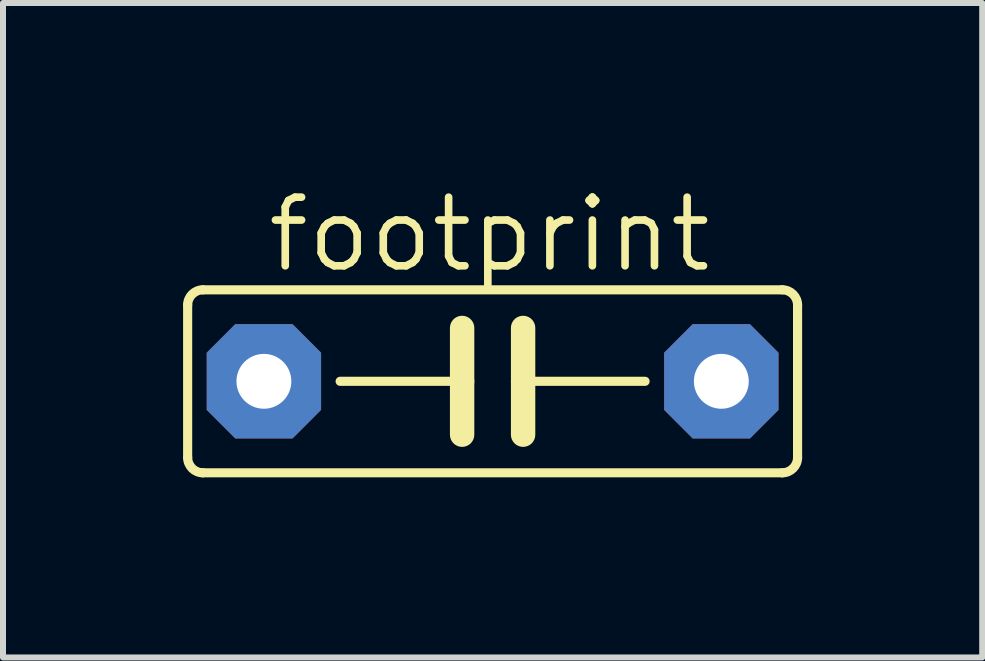
<source format=kicad_pcb>
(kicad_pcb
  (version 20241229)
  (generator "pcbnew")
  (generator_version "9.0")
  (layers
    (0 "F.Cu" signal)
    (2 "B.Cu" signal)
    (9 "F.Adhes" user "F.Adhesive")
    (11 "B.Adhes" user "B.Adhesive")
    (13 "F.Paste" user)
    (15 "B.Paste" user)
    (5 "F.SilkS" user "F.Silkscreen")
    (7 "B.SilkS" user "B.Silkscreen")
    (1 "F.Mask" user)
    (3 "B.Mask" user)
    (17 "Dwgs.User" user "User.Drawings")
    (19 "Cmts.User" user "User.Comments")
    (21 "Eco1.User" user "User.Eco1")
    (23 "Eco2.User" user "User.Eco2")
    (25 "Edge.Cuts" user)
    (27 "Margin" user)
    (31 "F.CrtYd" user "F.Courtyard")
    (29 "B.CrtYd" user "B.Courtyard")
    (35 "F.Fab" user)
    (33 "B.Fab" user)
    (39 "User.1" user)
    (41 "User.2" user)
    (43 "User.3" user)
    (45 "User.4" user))
  (footprint "footprint"
    (layer "F.Cu")
    (at 5.156 3.302)
    (property "Reference" "footprint" (at -3.81 -1.778 0) (layer "F.SilkS") (effects (font (size 1.143 1.143) (thickness 0.127)) (justify left bottom)))
    (fp_line (start -5.08 -1.27) (end -5.08 1.27) (stroke (width 0.152) (type solid)) (layer "F.SilkS"))
    (fp_line (start -4.826 1.524) (end 4.826 1.524) (stroke (width 0.152) (type solid)) (layer "F.SilkS"))
    (fp_line (start -2.54 0) (end -0.508 0) (stroke (width 0.152) (type solid)) (layer "F.SilkS"))
    (fp_line (start -0.508 -0.889) (end -0.508 0) (stroke (width 0.406) (type solid)) (layer "F.SilkS"))
    (fp_line (start -0.508 0) (end -0.508 0.889) (stroke (width 0.406) (type solid)) (layer "F.SilkS"))
    (fp_line (start 0.508 -0.889) (end 0.508 0) (stroke (width 0.406) (type solid)) (layer "F.SilkS"))
    (fp_line (start 0.508 0) (end 0.508 0.889) (stroke (width 0.406) (type solid)) (layer "F.SilkS"))
    (fp_line (start 0.508 0) (end 2.54 0) (stroke (width 0.152) (type solid)) (layer "F.SilkS"))
    (fp_line (start 4.826 -1.524) (end -4.826 -1.524) (stroke (width 0.152) (type solid)) (layer "F.SilkS"))
    (fp_line (start 5.08 1.27) (end 5.08 -1.27) (stroke (width 0.152) (type solid)) (layer "F.SilkS"))
    (fp_arc (start -5.08 -1.27) (mid -5.005605 -1.449605) (end -4.826 -1.524) (stroke (width 0.1524) (type solid)) (layer "F.SilkS"))
    (fp_arc (start -4.826 1.524) (mid -5.005605 1.449605) (end -5.08 1.27) (stroke (width 0.1524) (type solid)) (layer "F.SilkS"))
    (fp_arc (start 4.826 -1.524) (mid 5.005605 -1.449605) (end 5.08 -1.27) (stroke (width 0.1524) (type solid)) (layer "F.SilkS"))
    (fp_arc (start 5.08 1.27) (mid 5.005605 1.449605) (end 4.826 1.524) (stroke (width 0.1524) (type solid)) (layer "F.SilkS"))
    (pad "1" thru_hole roundrect (at -3.81 0) (size 1.905 1.905) (drill 0.914) (layers "*.Cu" "*.Mask") (roundrect_rratio 0.25) (chamfer_ratio 0.25) (chamfer top_left top_right bottom_left bottom_right))
    (pad "2" thru_hole roundrect (at 3.81 0) (size 1.905 1.905) (drill 0.914) (layers "*.Cu" "*.Mask") (roundrect_rratio 0.25) (chamfer_ratio 0.25) (chamfer top_left top_right bottom_left bottom_right)))
  (gr_rect
    (start -3 -3)
    (end 13.312 7.902)
    (stroke (width 0.1) (type default))
    (fill no)
    (layer "Edge.Cuts")))
</source>
